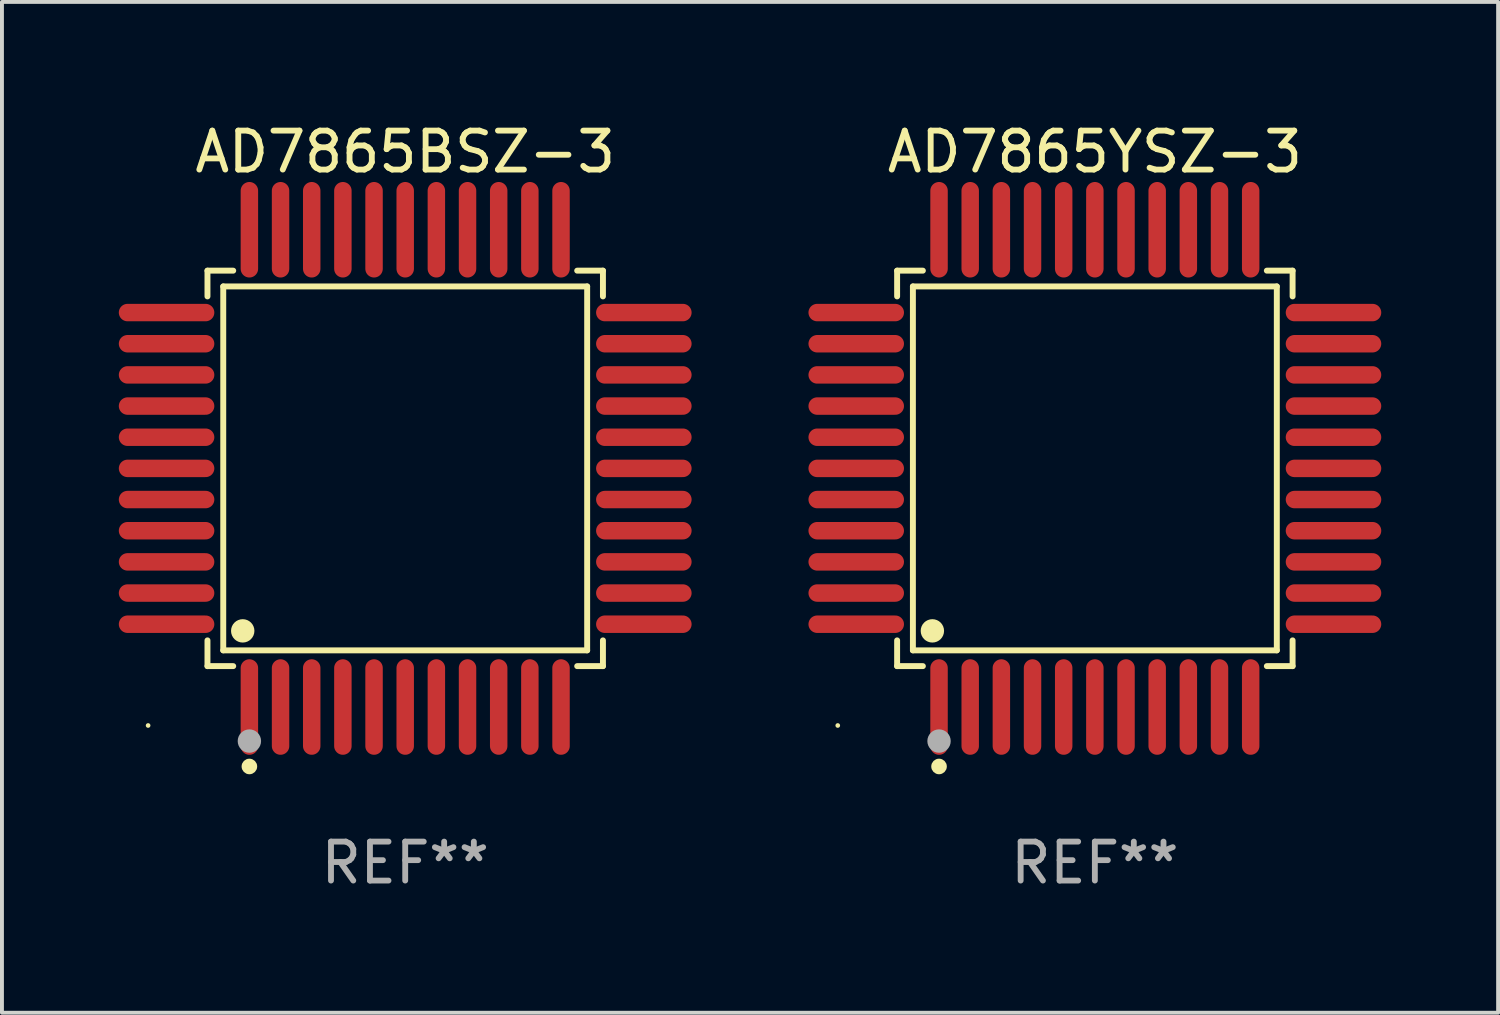
<source format=kicad_pcb>
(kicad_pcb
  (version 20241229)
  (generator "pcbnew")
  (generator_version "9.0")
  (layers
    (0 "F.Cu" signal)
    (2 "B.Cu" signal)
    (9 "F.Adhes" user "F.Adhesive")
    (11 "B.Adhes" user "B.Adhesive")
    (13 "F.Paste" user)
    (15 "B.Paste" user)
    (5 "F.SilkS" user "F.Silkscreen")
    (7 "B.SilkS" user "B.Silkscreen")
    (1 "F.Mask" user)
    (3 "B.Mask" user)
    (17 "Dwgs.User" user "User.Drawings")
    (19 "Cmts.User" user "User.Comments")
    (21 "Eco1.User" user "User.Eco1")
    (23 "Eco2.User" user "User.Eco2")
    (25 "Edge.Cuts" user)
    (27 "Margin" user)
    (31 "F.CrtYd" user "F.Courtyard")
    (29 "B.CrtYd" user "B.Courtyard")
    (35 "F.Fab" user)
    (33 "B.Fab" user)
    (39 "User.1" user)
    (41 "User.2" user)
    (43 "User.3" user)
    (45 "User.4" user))
  (footprint "AD7865BSZ-3"
    (layer "F.Cu")
    (at 7.352 8.974)
    (property "Reference" "AD7865BSZ-3" (at 0 -8.126 0) (layer "F.SilkS") (effects (font (size 1 1) (thickness 0.15))))
    (attr through_hole)
    (fp_line (start -5.076 -5.076) (end -4.415 -5.076) (stroke (width 0.152) (type solid)) (layer "F.SilkS"))
    (fp_line (start -5.076 -4.415) (end -5.076 -5.076) (stroke (width 0.152) (type solid)) (layer "F.SilkS"))
    (fp_line (start -5.076 4.415) (end -5.076 5.076) (stroke (width 0.152) (type solid)) (layer "F.SilkS"))
    (fp_line (start -5.076 5.076) (end -4.415 5.076) (stroke (width 0.152) (type solid)) (layer "F.SilkS"))
    (fp_line (start -4.671 -4.671) (end 4.671 -4.671) (stroke (width 0.152) (type solid)) (layer "F.SilkS"))
    (fp_line (start -4.671 4.671) (end -4.671 -4.671) (stroke (width 0.152) (type solid)) (layer "F.SilkS"))
    (fp_line (start 4.671 -4.671) (end 4.671 4.671) (stroke (width 0.152) (type solid)) (layer "F.SilkS"))
    (fp_line (start 4.671 4.671) (end -4.671 4.671) (stroke (width 0.152) (type solid)) (layer "F.SilkS"))
    (fp_line (start 5.076 -5.076) (end 4.415 -5.076) (stroke (width 0.152) (type solid)) (layer "F.SilkS"))
    (fp_line (start 5.076 -4.415) (end 5.076 -5.076) (stroke (width 0.152) (type solid)) (layer "F.SilkS"))
    (fp_line (start 5.076 4.415) (end 5.076 5.076) (stroke (width 0.152) (type solid)) (layer "F.SilkS"))
    (fp_line (start 5.076 5.076) (end 4.415 5.076) (stroke (width 0.152) (type solid)) (layer "F.SilkS"))
    (fp_circle (center -6.6 6.6) (end -6.57 6.6) (stroke (width 0.06) (type solid)) (fill no) (layer "F.SilkS"))
    (fp_circle (center -4.171 4.171) (end -4.021 4.171) (stroke (width 0.3) (type solid)) (fill no) (layer "F.SilkS"))
    (fp_circle (center -4 7.652) (end -3.9 7.652) (stroke (width 0.2) (type solid)) (fill no) (layer "F.SilkS"))
    (fp_circle (center -4 7) (end -3.85 7) (stroke (width 0.3) (type solid)) (fill no) (layer "F.Fab"))
    (fp_text user "REF**" (at 0 10.126 0) (layer "F.Fab") (effects (font (size 1 1) (thickness 0.15))))
    (pad "1" smd oval (at -4 6.126) (size 0.448 2.452) (layers "F.Cu" "F.Mask" "F.Paste"))
    (pad "2" smd oval (at -3.2 6.126) (size 0.448 2.452) (layers "F.Cu" "F.Mask" "F.Paste"))
    (pad "3" smd oval (at -2.4 6.126) (size 0.448 2.452) (layers "F.Cu" "F.Mask" "F.Paste"))
    (pad "4" smd oval (at -1.6 6.126) (size 0.448 2.452) (layers "F.Cu" "F.Mask" "F.Paste"))
    (pad "5" smd oval (at -0.8 6.126) (size 0.448 2.452) (layers "F.Cu" "F.Mask" "F.Paste"))
    (pad "6" smd oval (at 0 6.126) (size 0.448 2.452) (layers "F.Cu" "F.Mask" "F.Paste"))
    (pad "7" smd oval (at 0.8 6.126) (size 0.448 2.452) (layers "F.Cu" "F.Mask" "F.Paste"))
    (pad "8" smd oval (at 1.6 6.126) (size 0.448 2.452) (layers "F.Cu" "F.Mask" "F.Paste"))
    (pad "9" smd oval (at 2.4 6.126) (size 0.448 2.452) (layers "F.Cu" "F.Mask" "F.Paste"))
    (pad "10" smd oval (at 3.2 6.126) (size 0.448 2.452) (layers "F.Cu" "F.Mask" "F.Paste"))
    (pad "11" smd oval (at 4 6.126) (size 0.448 2.452) (layers "F.Cu" "F.Mask" "F.Paste"))
    (pad "12" smd oval (at 6.126 4) (size 2.452 0.448) (layers "F.Cu" "F.Mask" "F.Paste"))
    (pad "13" smd oval (at 6.126 3.2) (size 2.452 0.448) (layers "F.Cu" "F.Mask" "F.Paste"))
    (pad "14" smd oval (at 6.126 2.4) (size 2.452 0.448) (layers "F.Cu" "F.Mask" "F.Paste"))
    (pad "15" smd oval (at 6.126 1.6) (size 2.452 0.448) (layers "F.Cu" "F.Mask" "F.Paste"))
    (pad "16" smd oval (at 6.126 0.8) (size 2.452 0.448) (layers "F.Cu" "F.Mask" "F.Paste"))
    (pad "17" smd oval (at 6.126 0) (size 2.452 0.448) (layers "F.Cu" "F.Mask" "F.Paste"))
    (pad "18" smd oval (at 6.126 -0.8) (size 2.452 0.448) (layers "F.Cu" "F.Mask" "F.Paste"))
    (pad "19" smd oval (at 6.126 -1.6) (size 2.452 0.448) (layers "F.Cu" "F.Mask" "F.Paste"))
    (pad "20" smd oval (at 6.126 -2.4) (size 2.452 0.448) (layers "F.Cu" "F.Mask" "F.Paste"))
    (pad "21" smd oval (at 6.126 -3.2) (size 2.452 0.448) (layers "F.Cu" "F.Mask" "F.Paste"))
    (pad "22" smd oval (at 6.126 -4) (size 2.452 0.448) (layers "F.Cu" "F.Mask" "F.Paste"))
    (pad "23" smd oval (at 4 -6.126) (size 0.448 2.452) (layers "F.Cu" "F.Mask" "F.Paste"))
    (pad "24" smd oval (at 3.2 -6.126) (size 0.448 2.452) (layers "F.Cu" "F.Mask" "F.Paste"))
    (pad "25" smd oval (at 2.4 -6.126) (size 0.448 2.452) (layers "F.Cu" "F.Mask" "F.Paste"))
    (pad "26" smd oval (at 1.6 -6.126) (size 0.448 2.452) (layers "F.Cu" "F.Mask" "F.Paste"))
    (pad "27" smd oval (at 0.8 -6.126) (size 0.448 2.452) (layers "F.Cu" "F.Mask" "F.Paste"))
    (pad "28" smd oval (at 0 -6.126) (size 0.448 2.452) (layers "F.Cu" "F.Mask" "F.Paste"))
    (pad "29" smd oval (at -0.8 -6.126) (size 0.448 2.452) (layers "F.Cu" "F.Mask" "F.Paste"))
    (pad "30" smd oval (at -1.6 -6.126) (size 0.448 2.452) (layers "F.Cu" "F.Mask" "F.Paste"))
    (pad "31" smd oval (at -2.4 -6.126) (size 0.448 2.452) (layers "F.Cu" "F.Mask" "F.Paste"))
    (pad "32" smd oval (at -3.2 -6.126) (size 0.448 2.452) (layers "F.Cu" "F.Mask" "F.Paste"))
    (pad "33" smd oval (at -4 -6.126) (size 0.448 2.452) (layers "F.Cu" "F.Mask" "F.Paste"))
    (pad "34" smd oval (at -6.126 -4) (size 2.452 0.448) (layers "F.Cu" "F.Mask" "F.Paste"))
    (pad "35" smd oval (at -6.126 -3.2) (size 2.452 0.448) (layers "F.Cu" "F.Mask" "F.Paste"))
    (pad "36" smd oval (at -6.126 -2.4) (size 2.452 0.448) (layers "F.Cu" "F.Mask" "F.Paste"))
    (pad "37" smd oval (at -6.126 -1.6) (size 2.452 0.448) (layers "F.Cu" "F.Mask" "F.Paste"))
    (pad "38" smd oval (at -6.126 -0.8) (size 2.452 0.448) (layers "F.Cu" "F.Mask" "F.Paste"))
    (pad "39" smd oval (at -6.126 0) (size 2.452 0.448) (layers "F.Cu" "F.Mask" "F.Paste"))
    (pad "40" smd oval (at -6.126 0.8) (size 2.452 0.448) (layers "F.Cu" "F.Mask" "F.Paste"))
    (pad "41" smd oval (at -6.126 1.6) (size 2.452 0.448) (layers "F.Cu" "F.Mask" "F.Paste"))
    (pad "42" smd oval (at -6.126 2.4) (size 2.452 0.448) (layers "F.Cu" "F.Mask" "F.Paste"))
    (pad "43" smd oval (at -6.126 3.2) (size 2.452 0.448) (layers "F.Cu" "F.Mask" "F.Paste"))
    (pad "44" smd oval (at -6.126 4) (size 2.452 0.448) (layers "F.Cu" "F.Mask" "F.Paste")))
  (footprint "AD7865YSZ-3"
    (layer "F.Cu")
    (at 25.056 8.974)
    (property "Reference" "AD7865YSZ-3" (at 0 -8.126 0) (layer "F.SilkS") (effects (font (size 1 1) (thickness 0.15))))
    (attr through_hole)
    (fp_line (start -5.076 -5.076) (end -4.415 -5.076) (stroke (width 0.152) (type solid)) (layer "F.SilkS"))
    (fp_line (start -5.076 -4.415) (end -5.076 -5.076) (stroke (width 0.152) (type solid)) (layer "F.SilkS"))
    (fp_line (start -5.076 4.415) (end -5.076 5.076) (stroke (width 0.152) (type solid)) (layer "F.SilkS"))
    (fp_line (start -5.076 5.076) (end -4.415 5.076) (stroke (width 0.152) (type solid)) (layer "F.SilkS"))
    (fp_line (start -4.671 -4.671) (end 4.671 -4.671) (stroke (width 0.152) (type solid)) (layer "F.SilkS"))
    (fp_line (start -4.671 4.671) (end -4.671 -4.671) (stroke (width 0.152) (type solid)) (layer "F.SilkS"))
    (fp_line (start 4.671 -4.671) (end 4.671 4.671) (stroke (width 0.152) (type solid)) (layer "F.SilkS"))
    (fp_line (start 4.671 4.671) (end -4.671 4.671) (stroke (width 0.152) (type solid)) (layer "F.SilkS"))
    (fp_line (start 5.076 -5.076) (end 4.415 -5.076) (stroke (width 0.152) (type solid)) (layer "F.SilkS"))
    (fp_line (start 5.076 -4.415) (end 5.076 -5.076) (stroke (width 0.152) (type solid)) (layer "F.SilkS"))
    (fp_line (start 5.076 4.415) (end 5.076 5.076) (stroke (width 0.152) (type solid)) (layer "F.SilkS"))
    (fp_line (start 5.076 5.076) (end 4.415 5.076) (stroke (width 0.152) (type solid)) (layer "F.SilkS"))
    (fp_circle (center -6.6 6.6) (end -6.57 6.6) (stroke (width 0.06) (type solid)) (fill no) (layer "F.SilkS"))
    (fp_circle (center -4.171 4.171) (end -4.021 4.171) (stroke (width 0.3) (type solid)) (fill no) (layer "F.SilkS"))
    (fp_circle (center -4 7.652) (end -3.9 7.652) (stroke (width 0.2) (type solid)) (fill no) (layer "F.SilkS"))
    (fp_circle (center -4 7) (end -3.85 7) (stroke (width 0.3) (type solid)) (fill no) (layer "F.Fab"))
    (fp_text user "REF**" (at 0 10.126 0) (layer "F.Fab") (effects (font (size 1 1) (thickness 0.15))))
    (pad "1" smd oval (at -4 6.126) (size 0.448 2.452) (layers "F.Cu" "F.Mask" "F.Paste"))
    (pad "2" smd oval (at -3.2 6.126) (size 0.448 2.452) (layers "F.Cu" "F.Mask" "F.Paste"))
    (pad "3" smd oval (at -2.4 6.126) (size 0.448 2.452) (layers "F.Cu" "F.Mask" "F.Paste"))
    (pad "4" smd oval (at -1.6 6.126) (size 0.448 2.452) (layers "F.Cu" "F.Mask" "F.Paste"))
    (pad "5" smd oval (at -0.8 6.126) (size 0.448 2.452) (layers "F.Cu" "F.Mask" "F.Paste"))
    (pad "6" smd oval (at 0 6.126) (size 0.448 2.452) (layers "F.Cu" "F.Mask" "F.Paste"))
    (pad "7" smd oval (at 0.8 6.126) (size 0.448 2.452) (layers "F.Cu" "F.Mask" "F.Paste"))
    (pad "8" smd oval (at 1.6 6.126) (size 0.448 2.452) (layers "F.Cu" "F.Mask" "F.Paste"))
    (pad "9" smd oval (at 2.4 6.126) (size 0.448 2.452) (layers "F.Cu" "F.Mask" "F.Paste"))
    (pad "10" smd oval (at 3.2 6.126) (size 0.448 2.452) (layers "F.Cu" "F.Mask" "F.Paste"))
    (pad "11" smd oval (at 4 6.126) (size 0.448 2.452) (layers "F.Cu" "F.Mask" "F.Paste"))
    (pad "12" smd oval (at 6.126 4) (size 2.452 0.448) (layers "F.Cu" "F.Mask" "F.Paste"))
    (pad "13" smd oval (at 6.126 3.2) (size 2.452 0.448) (layers "F.Cu" "F.Mask" "F.Paste"))
    (pad "14" smd oval (at 6.126 2.4) (size 2.452 0.448) (layers "F.Cu" "F.Mask" "F.Paste"))
    (pad "15" smd oval (at 6.126 1.6) (size 2.452 0.448) (layers "F.Cu" "F.Mask" "F.Paste"))
    (pad "16" smd oval (at 6.126 0.8) (size 2.452 0.448) (layers "F.Cu" "F.Mask" "F.Paste"))
    (pad "17" smd oval (at 6.126 0) (size 2.452 0.448) (layers "F.Cu" "F.Mask" "F.Paste"))
    (pad "18" smd oval (at 6.126 -0.8) (size 2.452 0.448) (layers "F.Cu" "F.Mask" "F.Paste"))
    (pad "19" smd oval (at 6.126 -1.6) (size 2.452 0.448) (layers "F.Cu" "F.Mask" "F.Paste"))
    (pad "20" smd oval (at 6.126 -2.4) (size 2.452 0.448) (layers "F.Cu" "F.Mask" "F.Paste"))
    (pad "21" smd oval (at 6.126 -3.2) (size 2.452 0.448) (layers "F.Cu" "F.Mask" "F.Paste"))
    (pad "22" smd oval (at 6.126 -4) (size 2.452 0.448) (layers "F.Cu" "F.Mask" "F.Paste"))
    (pad "23" smd oval (at 4 -6.126) (size 0.448 2.452) (layers "F.Cu" "F.Mask" "F.Paste"))
    (pad "24" smd oval (at 3.2 -6.126) (size 0.448 2.452) (layers "F.Cu" "F.Mask" "F.Paste"))
    (pad "25" smd oval (at 2.4 -6.126) (size 0.448 2.452) (layers "F.Cu" "F.Mask" "F.Paste"))
    (pad "26" smd oval (at 1.6 -6.126) (size 0.448 2.452) (layers "F.Cu" "F.Mask" "F.Paste"))
    (pad "27" smd oval (at 0.8 -6.126) (size 0.448 2.452) (layers "F.Cu" "F.Mask" "F.Paste"))
    (pad "28" smd oval (at 0 -6.126) (size 0.448 2.452) (layers "F.Cu" "F.Mask" "F.Paste"))
    (pad "29" smd oval (at -0.8 -6.126) (size 0.448 2.452) (layers "F.Cu" "F.Mask" "F.Paste"))
    (pad "30" smd oval (at -1.6 -6.126) (size 0.448 2.452) (layers "F.Cu" "F.Mask" "F.Paste"))
    (pad "31" smd oval (at -2.4 -6.126) (size 0.448 2.452) (layers "F.Cu" "F.Mask" "F.Paste"))
    (pad "32" smd oval (at -3.2 -6.126) (size 0.448 2.452) (layers "F.Cu" "F.Mask" "F.Paste"))
    (pad "33" smd oval (at -4 -6.126) (size 0.448 2.452) (layers "F.Cu" "F.Mask" "F.Paste"))
    (pad "34" smd oval (at -6.126 -4) (size 2.452 0.448) (layers "F.Cu" "F.Mask" "F.Paste"))
    (pad "35" smd oval (at -6.126 -3.2) (size 2.452 0.448) (layers "F.Cu" "F.Mask" "F.Paste"))
    (pad "36" smd oval (at -6.126 -2.4) (size 2.452 0.448) (layers "F.Cu" "F.Mask" "F.Paste"))
    (pad "37" smd oval (at -6.126 -1.6) (size 2.452 0.448) (layers "F.Cu" "F.Mask" "F.Paste"))
    (pad "38" smd oval (at -6.126 -0.8) (size 2.452 0.448) (layers "F.Cu" "F.Mask" "F.Paste"))
    (pad "39" smd oval (at -6.126 0) (size 2.452 0.448) (layers "F.Cu" "F.Mask" "F.Paste"))
    (pad "40" smd oval (at -6.126 0.8) (size 2.452 0.448) (layers "F.Cu" "F.Mask" "F.Paste"))
    (pad "41" smd oval (at -6.126 1.6) (size 2.452 0.448) (layers "F.Cu" "F.Mask" "F.Paste"))
    (pad "42" smd oval (at -6.126 2.4) (size 2.452 0.448) (layers "F.Cu" "F.Mask" "F.Paste"))
    (pad "43" smd oval (at -6.126 3.2) (size 2.452 0.448) (layers "F.Cu" "F.Mask" "F.Paste"))
    (pad "44" smd oval (at -6.126 4) (size 2.452 0.448) (layers "F.Cu" "F.Mask" "F.Paste")))
  (gr_rect
    (start -3 -3)
    (end 35.408 22.948)
    (stroke (width 0.1) (type default))
    (fill no)
    (layer "Edge.Cuts")))
</source>
